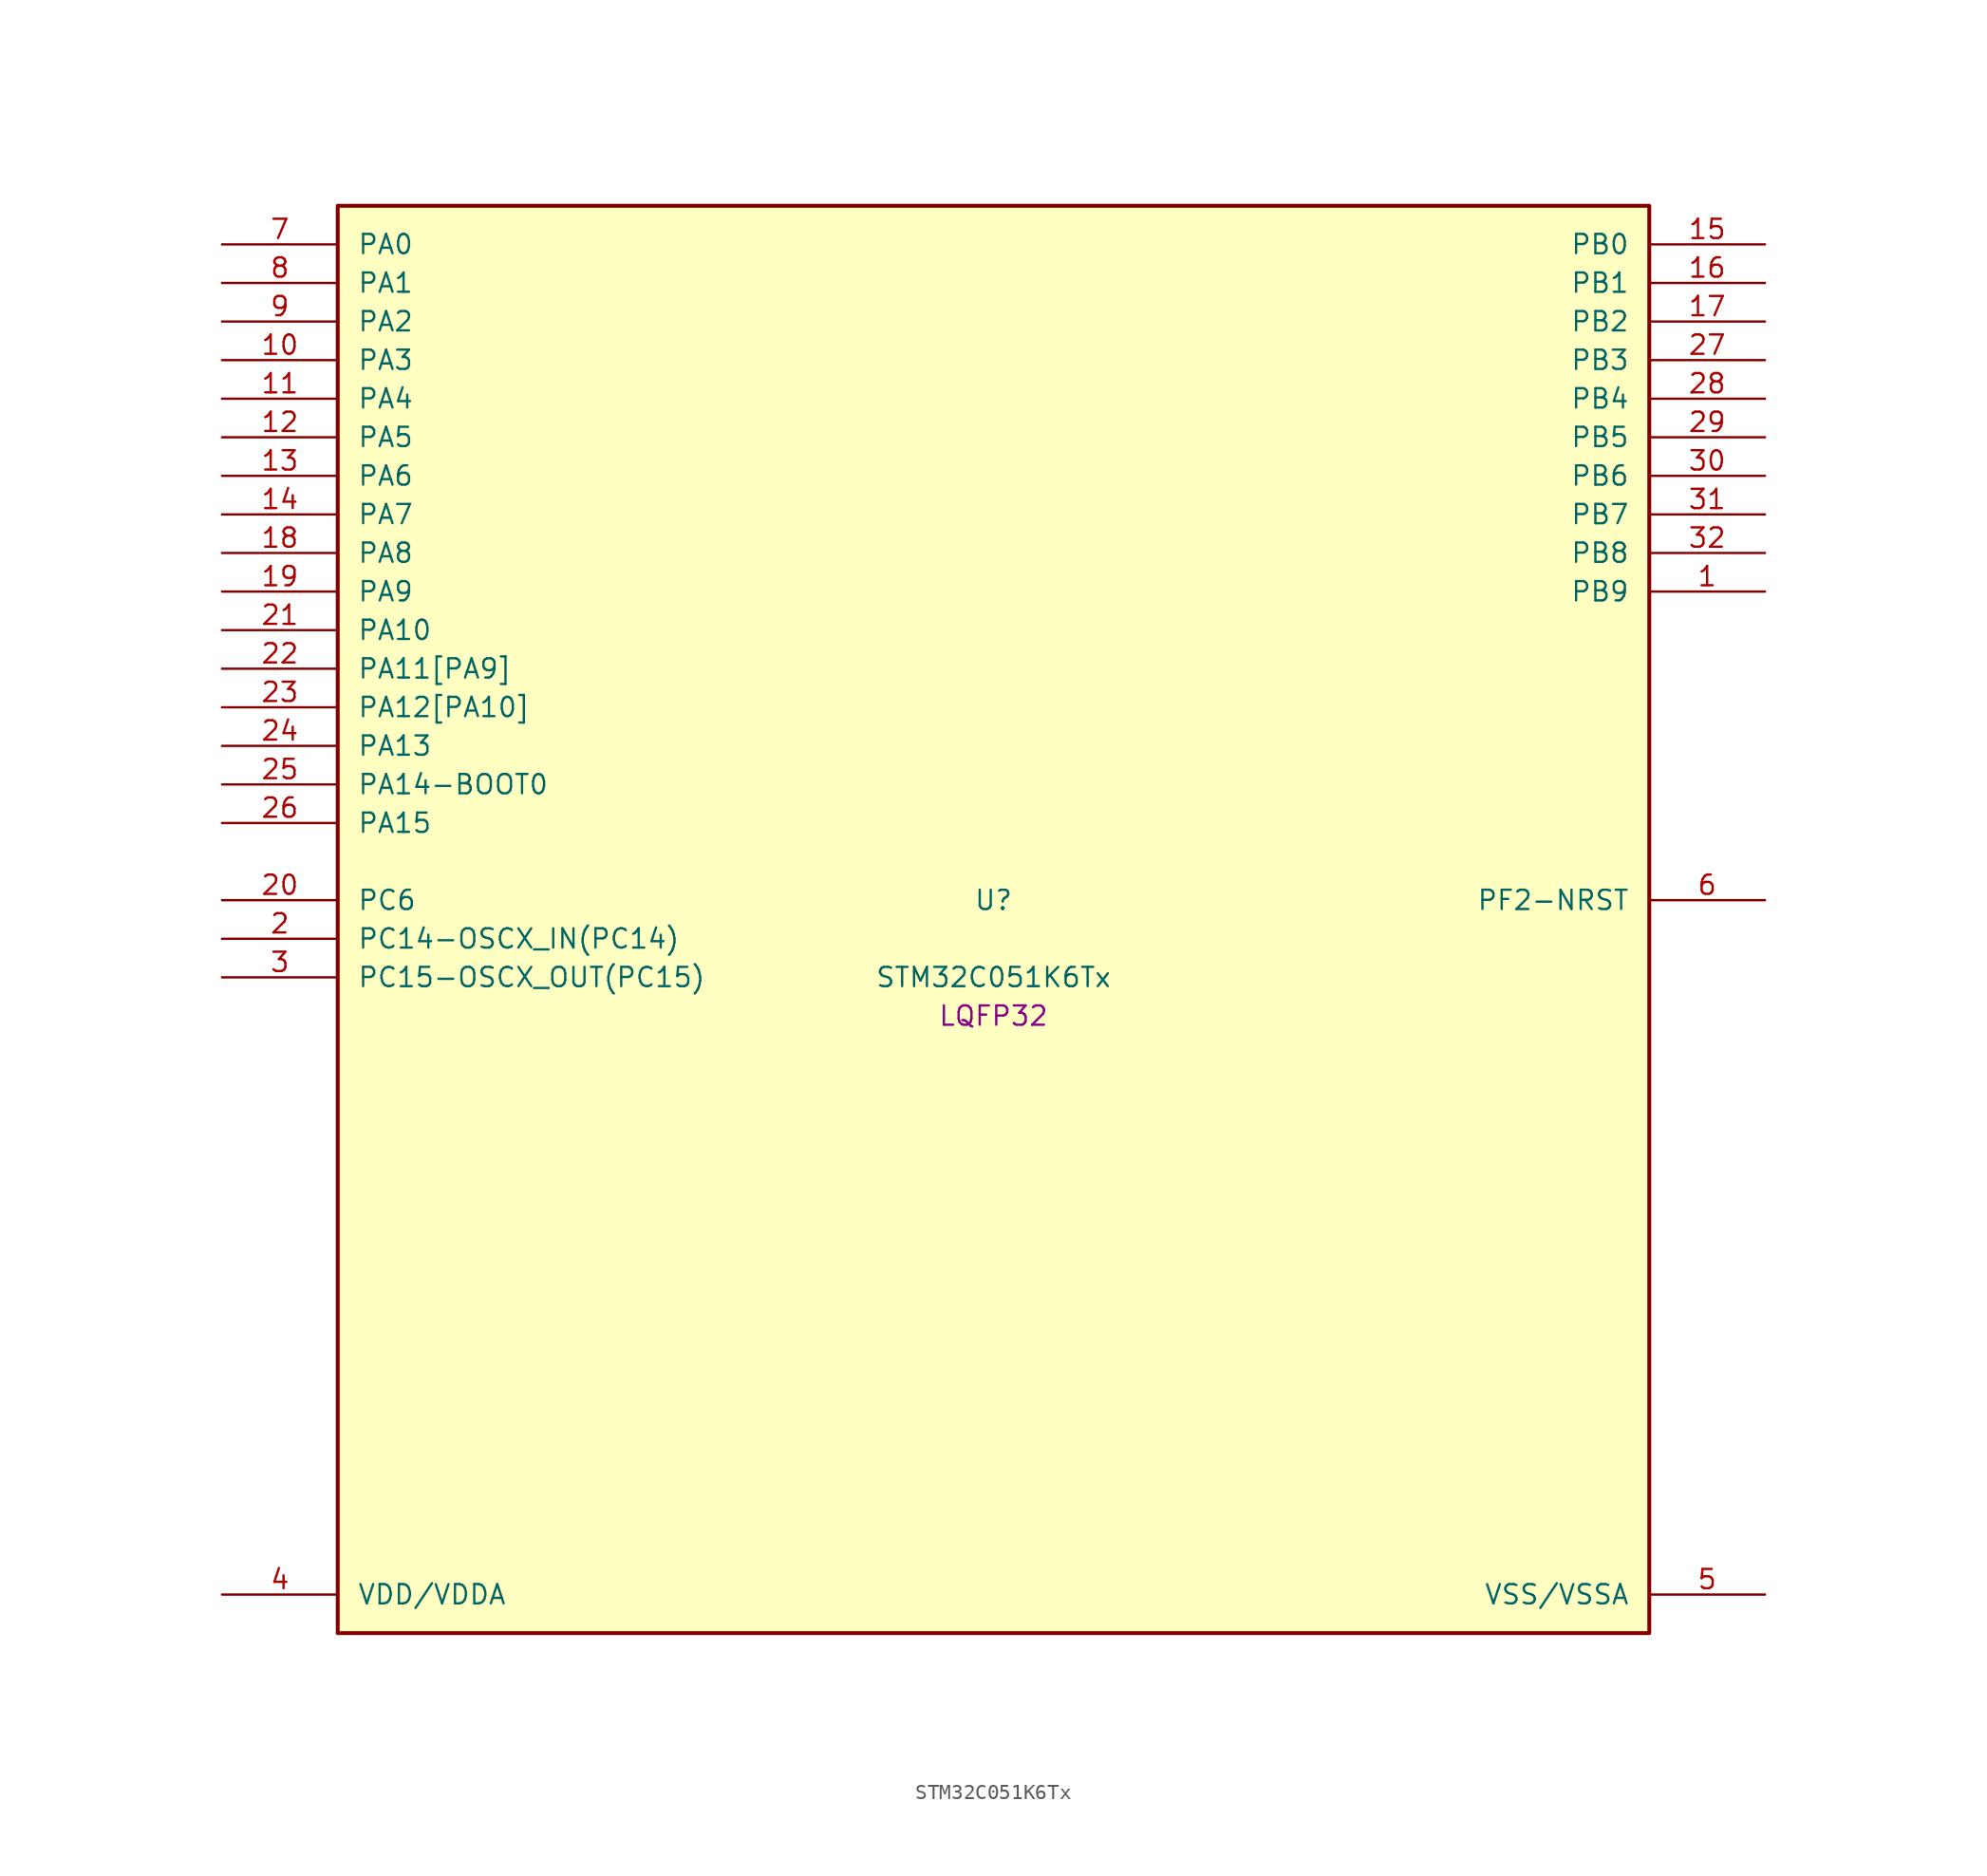
<source format=kicad_sym>
(kicad_symbol_lib
  (version 20241209)
  (generator "stm32_pkl_generator")
  (generator_version "1.0")
  (symbol "STM32C051K6Tx"
    (pin_names
      (offset 1.27))
    (property "Reference" "U"
      (at 0 2.54 0))
    (property "Value" "STM32C051K6Tx"
      (at 0 -2.54 0))
    (property "Footprint" "LQFP32"
      (at 0 -5.08 0))
    (symbol "STM32C051K6Tx_1_1"
      (rectangle (start -43.18 48.26) (end 43.18 -45.72) (stroke (width 0.254) (type solid)) (fill (type background)))
      (pin bidirectional line (at -50.8 45.72 0) (length 7.62) (name "PA0") (number "7") (alternate "PA0/ADC1_IN0" bidirectional line) (alternate "PA0/PWR_WKUP1" bidirectional line) (alternate "PA0/SPI2_SCK" bidirectional line) (alternate "PA0/TIM16_CH1" bidirectional line) (alternate "PA0/TIM1_CH1" bidirectional line) (alternate "PA0/TIM2_CH1" bidirectional line) (alternate "PA0/TIM2_ETR" bidirectional line) (alternate "PA0/USART1_TX" bidirectional line) (alternate "PA0/USART2_CTS" bidirectional line) (alternate "PA0/USART2_NSS" bidirectional line))
      (pin bidirectional line (at -50.8 43.18 0) (length 7.62) (name "PA1") (number "8") (alternate "PA1/ADC1_IN1" bidirectional line) (alternate "PA1/I2C1_SMBA" bidirectional line) (alternate "PA1/I2S1_CK" bidirectional line) (alternate "PA1/SPI1_SCK" bidirectional line) (alternate "PA1/TIM17_CH1" bidirectional line) (alternate "PA1/TIM1_CH2" bidirectional line) (alternate "PA1/TIM2_CH2" bidirectional line) (alternate "PA1/USART1_RX" bidirectional line) (alternate "PA1/USART2_CK" bidirectional line) (alternate "PA1/USART2_DE" bidirectional line) (alternate "PA1/USART2_RTS" bidirectional line))
      (pin bidirectional line (at -50.8 40.64 0) (length 7.62) (name "PA2") (number "9") (alternate "PA2/ADC1_IN2" bidirectional line) (alternate "PA2/I2S1_SD" bidirectional line) (alternate "PA2/PWR_WKUP4" bidirectional line) (alternate "PA2/RCC_LSCO" bidirectional line) (alternate "PA2/SPI1_MOSI" bidirectional line) (alternate "PA2/TIM16_CH1N" bidirectional line) (alternate "PA2/TIM1_CH3" bidirectional line) (alternate "PA2/TIM2_CH3" bidirectional line) (alternate "PA2/TIM3_ETR" bidirectional line) (alternate "PA2/USART2_TX" bidirectional line))
      (pin bidirectional line (at -50.8 38.1 0) (length 7.62) (name "PA3") (number "10") (alternate "PA3/ADC1_IN3" bidirectional line) (alternate "PA3/SPI2_MISO" bidirectional line) (alternate "PA3/TIM1_CH1N" bidirectional line) (alternate "PA3/TIM1_CH4" bidirectional line) (alternate "PA3/TIM2_CH4" bidirectional line) (alternate "PA3/USART2_RX" bidirectional line))
      (pin bidirectional line (at -50.8 35.56 0) (length 7.62) (name "PA4") (number "11") (alternate "PA4/ADC1_IN4" bidirectional line) (alternate "PA4/I2S1_WS" bidirectional line) (alternate "PA4/PWR_WKUP2" bidirectional line) (alternate "PA4/RTC_OUT1" bidirectional line) (alternate "PA4/RTC_TS" bidirectional line) (alternate "PA4/SPI1_NSS" bidirectional line) (alternate "PA4/SPI2_MOSI" bidirectional line) (alternate "PA4/TIM14_CH1" bidirectional line) (alternate "PA4/TIM17_CH1N" bidirectional line) (alternate "PA4/TIM1_CH2N" bidirectional line) (alternate "PA4/USART2_TX" bidirectional line))
      (pin bidirectional line (at -50.8 33.02 0) (length 7.62) (name "PA5") (number "12") (alternate "PA5/ADC1_IN5" bidirectional line) (alternate "PA5/I2S1_CK" bidirectional line) (alternate "PA5/SPI1_SCK" bidirectional line) (alternate "PA5/TIM1_CH1" bidirectional line) (alternate "PA5/TIM1_CH3N" bidirectional line) (alternate "PA5/TIM2_CH1" bidirectional line) (alternate "PA5/TIM2_ETR" bidirectional line) (alternate "PA5/USART2_RX" bidirectional line))
      (pin bidirectional line (at -50.8 30.48 0) (length 7.62) (name "PA6") (number "13") (alternate "PA6/ADC1_IN6" bidirectional line) (alternate "PA6/I2C2_SDA" bidirectional line) (alternate "PA6/I2S1_MCK" bidirectional line) (alternate "PA6/SPI1_MISO" bidirectional line) (alternate "PA6/TIM16_CH1" bidirectional line) (alternate "PA6/TIM1_BKIN" bidirectional line) (alternate "PA6/TIM3_CH1" bidirectional line) (alternate "PA6/USART1_TX" bidirectional line))
      (pin bidirectional line (at -50.8 27.94 0) (length 7.62) (name "PA7") (number "14") (alternate "PA7/ADC1_IN7" bidirectional line) (alternate "PA7/I2C2_SCL" bidirectional line) (alternate "PA7/I2S1_SD" bidirectional line) (alternate "PA7/SPI1_MOSI" bidirectional line) (alternate "PA7/TIM14_CH1" bidirectional line) (alternate "PA7/TIM17_CH1" bidirectional line) (alternate "PA7/TIM1_CH1N" bidirectional line) (alternate "PA7/TIM3_CH2" bidirectional line) (alternate "PA7/USART1_RX" bidirectional line))
      (pin bidirectional line (at -50.8 25.4 0) (length 7.62) (name "PA8") (number "18") (alternate "PA8/ADC1_IN8" bidirectional line) (alternate "PA8/I2S1_WS" bidirectional line) (alternate "PA8/RCC_MCO" bidirectional line) (alternate "PA8/RCC_MCO_2" bidirectional line) (alternate "PA8/SPI1_NSS" bidirectional line) (alternate "PA8/SPI2_MISO" bidirectional line) (alternate "PA8/SPI2_NSS" bidirectional line) (alternate "PA8/TIM14_CH1" bidirectional line) (alternate "PA8/TIM1_CH1" bidirectional line) (alternate "PA8/TIM1_CH2N" bidirectional line) (alternate "PA8/TIM1_CH3N" bidirectional line) (alternate "PA8/TIM3_CH3" bidirectional line) (alternate "PA8/TIM3_CH4" bidirectional line) (alternate "PA8/USART1_RX" bidirectional line) (alternate "PA8/USART2_TX" bidirectional line))
      (pin bidirectional line (at -50.8 22.86 0) (length 7.62) (name "PA9") (number "19") (alternate "PA9/I2C1_SCL" bidirectional line) (alternate "PA9/I2C2_SCL" bidirectional line) (alternate "PA9/RCC_MCO" bidirectional line) (alternate "PA9/SPI2_MISO" bidirectional line) (alternate "PA9/TIM1_CH2" bidirectional line) (alternate "PA9/TIM3_ETR" bidirectional line) (alternate "PA9/USART1_TX" bidirectional line) (alternate "PA9/NC" bidirectional line))
      (pin bidirectional line (at -50.8 20.32 0) (length 7.62) (name "PA10") (number "21") (alternate "PA10/I2C1_SDA" bidirectional line) (alternate "PA10/I2C2_SDA" bidirectional line) (alternate "PA10/RCC_MCO_2" bidirectional line) (alternate "PA10/SPI2_MOSI" bidirectional line) (alternate "PA10/TIM17_BKIN" bidirectional line) (alternate "PA10/TIM1_CH3" bidirectional line) (alternate "PA10/USART1_RX" bidirectional line) (alternate "PA10/NC" bidirectional line))
      (pin bidirectional line (at -50.8 17.78 0) (length 7.62) (name "PA11[PA9]") (number "22") (alternate "PA11[PA9]/ADC1_EXTI11" bidirectional line) (alternate "PA11[PA9]/ADC1_IN11" bidirectional line) (alternate "PA11[PA9]/I2C2_SCL" bidirectional line) (alternate "PA11[PA9]/I2S1_MCK" bidirectional line) (alternate "PA11[PA9]/SPI1_MISO" bidirectional line) (alternate "PA11[PA9]/TIM1_BKIN2" bidirectional line) (alternate "PA11[PA9]/TIM1_CH4" bidirectional line) (alternate "PA11[PA9]/USART1_CTS" bidirectional line) (alternate "PA11[PA9]/USART1_NSS" bidirectional line) (alternate "PA11[PA9]/PA9[PA11]" bidirectional line) (alternate "PA11[PA9]/I2C1_SCL" bidirectional line) (alternate "PA11[PA9]/RCC_MCO" bidirectional line) (alternate "PA11[PA9]/SPI2_MISO" bidirectional line) (alternate "PA11[PA9]/TIM1_CH2" bidirectional line) (alternate "PA11[PA9]/TIM3_ETR" bidirectional line) (alternate "PA11[PA9]/USART1_TX" bidirectional line))
      (pin bidirectional line (at -50.8 15.24 0) (length 7.62) (name "PA12[PA10]") (number "23") (alternate "PA12[PA10]/ADC1_IN12" bidirectional line) (alternate "PA12[PA10]/I2C2_SDA" bidirectional line) (alternate "PA12[PA10]/I2S1_SD" bidirectional line) (alternate "PA12[PA10]/I2S_CKIN" bidirectional line) (alternate "PA12[PA10]/SPI1_MOSI" bidirectional line) (alternate "PA12[PA10]/TIM1_ETR" bidirectional line) (alternate "PA12[PA10]/USART1_CK" bidirectional line) (alternate "PA12[PA10]/USART1_DE" bidirectional line) (alternate "PA12[PA10]/USART1_RTS" bidirectional line) (alternate "PA12[PA10]/PA10[PA12]" bidirectional line) (alternate "PA12[PA10]/I2C1_SDA" bidirectional line) (alternate "PA12[PA10]/RCC_MCO_2" bidirectional line) (alternate "PA12[PA10]/SPI2_MOSI" bidirectional line) (alternate "PA12[PA10]/TIM17_BKIN" bidirectional line) (alternate "PA12[PA10]/TIM1_CH3" bidirectional line) (alternate "PA12[PA10]/USART1_RX" bidirectional line))
      (pin bidirectional line (at -50.8 12.7 0) (length 7.62) (name "PA13") (number "24") (alternate "PA13/ADC1_IN13" bidirectional line) (alternate "PA13/DEBUG_SWDIO" bidirectional line) (alternate "PA13/IR_OUT" bidirectional line) (alternate "PA13/TIM3_ETR" bidirectional line) (alternate "PA13/USART2_RX" bidirectional line))
      (pin bidirectional line (at -50.8 10.16 0) (length 7.62) (name "PA14-BOOT0") (number "25") (alternate "PA14-BOOT0/ADC1_IN14" bidirectional line) (alternate "PA14-BOOT0/BOOT0" bidirectional line) (alternate "PA14-BOOT0/DEBUG_SWCLK" bidirectional line) (alternate "PA14-BOOT0/I2S1_WS" bidirectional line) (alternate "PA14-BOOT0/RCC_MCO_2" bidirectional line) (alternate "PA14-BOOT0/SPI1_NSS" bidirectional line) (alternate "PA14-BOOT0/TIM1_CH1" bidirectional line) (alternate "PA14-BOOT0/USART1_CK" bidirectional line) (alternate "PA14-BOOT0/USART1_DE" bidirectional line) (alternate "PA14-BOOT0/USART1_RTS" bidirectional line) (alternate "PA14-BOOT0/USART2_RX" bidirectional line) (alternate "PA14-BOOT0/USART2_TX" bidirectional line))
      (pin bidirectional line (at -50.8 7.62 0) (length 7.62) (name "PA15") (number "26") (alternate "PA15/I2S1_WS" bidirectional line) (alternate "PA15/RCC_MCO_2" bidirectional line) (alternate "PA15/SPI1_NSS" bidirectional line) (alternate "PA15/TIM1_CH1" bidirectional line) (alternate "PA15/TIM2_CH1" bidirectional line) (alternate "PA15/TIM2_ETR" bidirectional line) (alternate "PA15/USART1_CK" bidirectional line) (alternate "PA15/USART1_DE" bidirectional line) (alternate "PA15/USART1_RTS" bidirectional line) (alternate "PA15/USART2_RX" bidirectional line))
      (pin bidirectional line (at 50.8 45.72 180) (length 7.62) (name "PB0") (number "15") (alternate "PB0/ADC1_IN17" bidirectional line) (alternate "PB0/I2S1_WS" bidirectional line) (alternate "PB0/SPI1_NSS" bidirectional line) (alternate "PB0/TIM1_CH2N" bidirectional line) (alternate "PB0/TIM3_CH3" bidirectional line))
      (pin bidirectional line (at 50.8 43.18 180) (length 7.62) (name "PB1") (number "16") (alternate "PB1/ADC1_IN18" bidirectional line) (alternate "PB1/TIM14_CH1" bidirectional line) (alternate "PB1/TIM1_CH2N" bidirectional line) (alternate "PB1/TIM1_CH3N" bidirectional line) (alternate "PB1/TIM3_CH4" bidirectional line))
      (pin bidirectional line (at 50.8 40.64 180) (length 7.62) (name "PB2") (number "17") (alternate "PB2/ADC1_IN19" bidirectional line) (alternate "PB2/RCC_MCO_2" bidirectional line) (alternate "PB2/SPI2_MISO" bidirectional line) (alternate "PB2/USART1_RX" bidirectional line))
      (pin bidirectional line (at 50.8 38.1 180) (length 7.62) (name "PB3") (number "27") (alternate "PB3/I2C2_SCL" bidirectional line) (alternate "PB3/I2S1_CK" bidirectional line) (alternate "PB3/SPI1_SCK" bidirectional line) (alternate "PB3/TIM1_CH2" bidirectional line) (alternate "PB3/TIM2_CH2" bidirectional line) (alternate "PB3/TIM3_CH2" bidirectional line) (alternate "PB3/USART1_CK" bidirectional line) (alternate "PB3/USART1_DE" bidirectional line) (alternate "PB3/USART1_RTS" bidirectional line))
      (pin bidirectional line (at 50.8 35.56 180) (length 7.62) (name "PB4") (number "28") (alternate "PB4/I2C2_SDA" bidirectional line) (alternate "PB4/I2S1_MCK" bidirectional line) (alternate "PB4/SPI1_MISO" bidirectional line) (alternate "PB4/TIM17_BKIN" bidirectional line) (alternate "PB4/TIM3_CH1" bidirectional line) (alternate "PB4/USART1_CTS" bidirectional line) (alternate "PB4/USART1_NSS" bidirectional line))
      (pin bidirectional line (at 50.8 33.02 180) (length 7.62) (name "PB5") (number "29") (alternate "PB5/I2C1_SMBA" bidirectional line) (alternate "PB5/I2S1_SD" bidirectional line) (alternate "PB5/PWR_WKUP6" bidirectional line) (alternate "PB5/SPI1_MOSI" bidirectional line) (alternate "PB5/TIM16_BKIN" bidirectional line) (alternate "PB5/TIM3_CH2" bidirectional line) (alternate "PB5/TIM3_CH3" bidirectional line))
      (pin bidirectional line (at 50.8 30.48 180) (length 7.62) (name "PB6") (number "30") (alternate "PB6/I2C1_SCL" bidirectional line) (alternate "PB6/I2C1_SMBA" bidirectional line) (alternate "PB6/I2S1_CK" bidirectional line) (alternate "PB6/I2S1_MCK" bidirectional line) (alternate "PB6/I2S1_SD" bidirectional line) (alternate "PB6/PWR_WKUP3" bidirectional line) (alternate "PB6/SPI1_MISO" bidirectional line) (alternate "PB6/SPI1_MOSI" bidirectional line) (alternate "PB6/SPI1_SCK" bidirectional line) (alternate "PB6/SPI2_MISO" bidirectional line) (alternate "PB6/TIM16_BKIN" bidirectional line) (alternate "PB6/TIM16_CH1N" bidirectional line) (alternate "PB6/TIM17_BKIN" bidirectional line) (alternate "PB6/TIM1_CH2" bidirectional line) (alternate "PB6/TIM1_CH3" bidirectional line) (alternate "PB6/TIM3_CH1" bidirectional line) (alternate "PB6/TIM3_CH2" bidirectional line) (alternate "PB6/TIM3_CH3" bidirectional line) (alternate "PB6/USART1_CTS" bidirectional line) (alternate "PB6/USART1_NSS" bidirectional line) (alternate "PB6/USART1_TX" bidirectional line))
      (pin bidirectional line (at 50.8 27.94 180) (length 7.62) (name "PB7") (number "31") (alternate "PB7/I2C1_SCL" bidirectional line) (alternate "PB7/I2C1_SDA" bidirectional line) (alternate "PB7/RTC_REFIN" bidirectional line) (alternate "PB7/SPI2_MOSI" bidirectional line) (alternate "PB7/TIM16_CH1" bidirectional line) (alternate "PB7/TIM17_CH1N" bidirectional line) (alternate "PB7/TIM1_CH1" bidirectional line) (alternate "PB7/TIM1_CH4" bidirectional line) (alternate "PB7/TIM3_CH1" bidirectional line) (alternate "PB7/TIM3_CH4" bidirectional line) (alternate "PB7/USART1_RX" bidirectional line) (alternate "PB7/USART2_CTS" bidirectional line) (alternate "PB7/USART2_NSS" bidirectional line))
      (pin bidirectional line (at 50.8 25.4 180) (length 7.62) (name "PB8") (number "32") (alternate "PB8/I2C1_SCL" bidirectional line) (alternate "PB8/SPI2_SCK" bidirectional line) (alternate "PB8/TIM16_CH1" bidirectional line) (alternate "PB8/TIM3_CH1" bidirectional line) (alternate "PB8/USART2_CTS" bidirectional line) (alternate "PB8/USART2_NSS" bidirectional line))
      (pin bidirectional line (at 50.8 22.86 180) (length 7.62) (name "PB9") (number "1") (alternate "PB9/I2C1_SDA" bidirectional line) (alternate "PB9/IR_OUT" bidirectional line) (alternate "PB9/SPI2_NSS" bidirectional line) (alternate "PB9/TIM17_CH1" bidirectional line) (alternate "PB9/TIM3_CH2" bidirectional line) (alternate "PB9/USART2_CK" bidirectional line) (alternate "PB9/USART2_DE" bidirectional line) (alternate "PB9/USART2_RTS" bidirectional line))
      (pin bidirectional line (at -50.8 2.54 0) (length 7.62) (name "PC6") (number "20") (alternate "PC6/TIM2_CH3" bidirectional line) (alternate "PC6/TIM3_CH1" bidirectional line))
      (pin bidirectional line (at -50.8 0 0) (length 7.62) (name "PC14-OSCX_IN(PC14)") (number "2") (alternate "PC14-OSCX_IN(PC14)/I2C1_SDA" bidirectional line) (alternate "PC14-OSCX_IN(PC14)/IR_OUT" bidirectional line) (alternate "PC14-OSCX_IN(PC14)/RCC_OSCX_IN" bidirectional line) (alternate "PC14-OSCX_IN(PC14)/SPI2_NSS" bidirectional line) (alternate "PC14-OSCX_IN(PC14)/TIM17_CH1" bidirectional line) (alternate "PC14-OSCX_IN(PC14)/TIM1_BKIN2" bidirectional line) (alternate "PC14-OSCX_IN(PC14)/TIM1_ETR" bidirectional line) (alternate "PC14-OSCX_IN(PC14)/TIM3_CH2" bidirectional line) (alternate "PC14-OSCX_IN(PC14)/USART1_RX" bidirectional line) (alternate "PC14-OSCX_IN(PC14)/USART1_TX" bidirectional line) (alternate "PC14-OSCX_IN(PC14)/USART2_CK" bidirectional line) (alternate "PC14-OSCX_IN(PC14)/USART2_DE" bidirectional line) (alternate "PC14-OSCX_IN(PC14)/USART2_RTS" bidirectional line))
      (pin bidirectional line (at -50.8 -2.54 0) (length 7.62) (name "PC15-OSCX_OUT(PC15)") (number "3") (alternate "PC15-OSCX_OUT(PC15)/RCC_OSC32_EN" bidirectional line) (alternate "PC15-OSCX_OUT(PC15)/RCC_OSCX_OUT" bidirectional line) (alternate "PC15-OSCX_OUT(PC15)/RCC_OSC_EN" bidirectional line) (alternate "PC15-OSCX_OUT(PC15)/TIM1_CH2" bidirectional line) (alternate "PC15-OSCX_OUT(PC15)/TIM1_ETR" bidirectional line) (alternate "PC15-OSCX_OUT(PC15)/TIM3_CH3" bidirectional line))
      (pin bidirectional line (at 50.8 2.54 180) (length 7.62) (name "PF2-NRST") (number "6") (alternate "PF2-NRST/RCC_MCO" bidirectional line) (alternate "PF2-NRST/TIM1_CH4" bidirectional line))
      (pin power_in line (at -50.8 -43.18 0) (length 7.62) (name "VDD/VDDA") (number "4"))
      (pin power_in line (at 50.8 -43.18 180) (length 7.62) (name "VSS/VSSA") (number "5")))))
</source>
